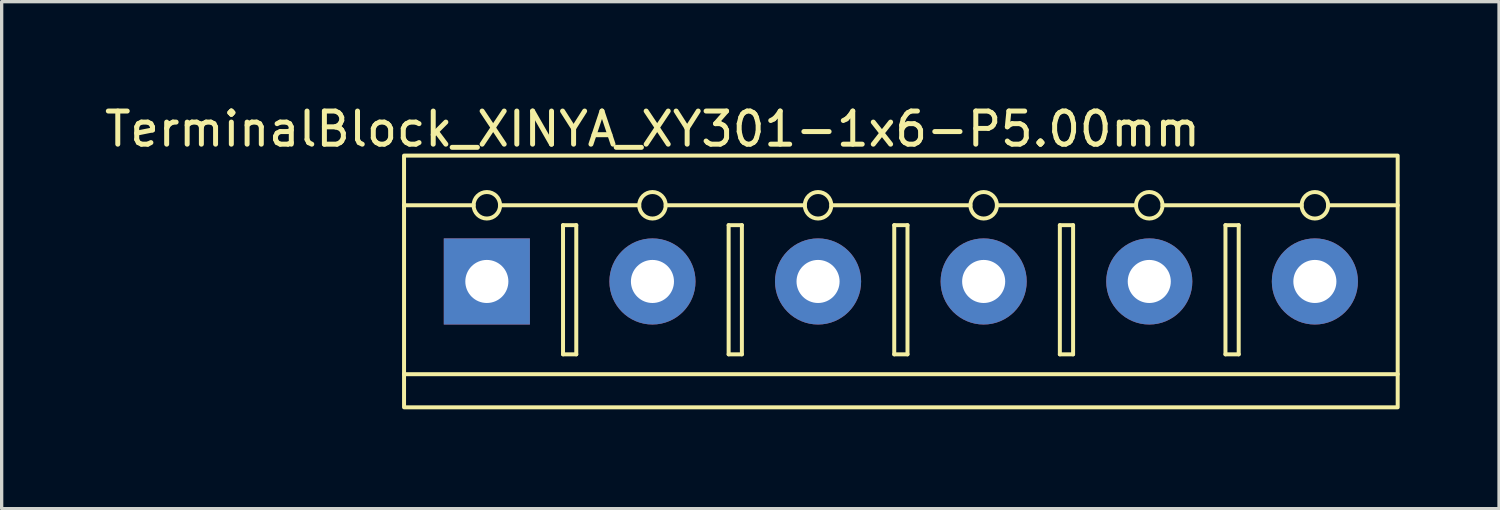
<source format=kicad_pcb>
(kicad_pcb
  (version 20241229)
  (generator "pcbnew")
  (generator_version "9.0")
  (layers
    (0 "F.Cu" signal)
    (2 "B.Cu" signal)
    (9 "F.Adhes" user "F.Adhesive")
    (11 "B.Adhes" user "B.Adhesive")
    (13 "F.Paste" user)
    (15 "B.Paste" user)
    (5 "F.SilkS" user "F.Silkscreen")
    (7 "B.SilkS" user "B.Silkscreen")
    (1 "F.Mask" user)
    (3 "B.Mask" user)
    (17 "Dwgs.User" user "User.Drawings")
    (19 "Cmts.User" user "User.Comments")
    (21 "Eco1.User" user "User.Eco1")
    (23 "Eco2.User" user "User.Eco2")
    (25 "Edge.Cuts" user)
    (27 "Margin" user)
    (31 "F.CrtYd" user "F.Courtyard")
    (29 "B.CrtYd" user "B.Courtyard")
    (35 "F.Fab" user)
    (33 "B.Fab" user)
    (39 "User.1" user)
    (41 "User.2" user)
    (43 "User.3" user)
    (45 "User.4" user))
  (footprint "TerminalBlock_XINYA_XY301-1x6-P5.00mm"
    (layer "F.Cu")
    (at 9.149 1.648)
    (property "Reference" "TerminalBlock_XINYA_XY301-1x6-P5.00mm" (at 7.5 -0.8 0) (unlocked yes) (layer "F.SilkS") (effects (font (size 1 1) (thickness 0.15))))
    (attr through_hole)
    (fp_line (start 2.1 1.5) (end 0 1.5) (stroke (width 0.12) (type solid)) (layer "F.SilkS"))
    (fp_line (start 4.8 2.1) (end 4.8 6) (stroke (width 0.12) (type solid)) (layer "F.SilkS"))
    (fp_line (start 4.8 6) (end 5.2 6) (stroke (width 0.12) (type solid)) (layer "F.SilkS"))
    (fp_line (start 5.2 2.1) (end 4.8 2.1) (stroke (width 0.12) (type solid)) (layer "F.SilkS"))
    (fp_line (start 5.2 6) (end 5.2 2.1) (stroke (width 0.12) (type solid)) (layer "F.SilkS"))
    (fp_line (start 7.1 1.5) (end 2.9 1.5) (stroke (width 0.12) (type solid)) (layer "F.SilkS"))
    (fp_line (start 9.8 2.1) (end 9.8 6) (stroke (width 0.12) (type solid)) (layer "F.SilkS"))
    (fp_line (start 9.8 6) (end 10.2 6) (stroke (width 0.12) (type solid)) (layer "F.SilkS"))
    (fp_line (start 10.2 2.1) (end 9.8 2.1) (stroke (width 0.12) (type solid)) (layer "F.SilkS"))
    (fp_line (start 10.2 6) (end 10.2 2.1) (stroke (width 0.12) (type solid)) (layer "F.SilkS"))
    (fp_line (start 12.1 1.5) (end 7.9 1.5) (stroke (width 0.12) (type solid)) (layer "F.SilkS"))
    (fp_line (start 14.8 2.1) (end 14.8 6) (stroke (width 0.12) (type solid)) (layer "F.SilkS"))
    (fp_line (start 14.8 6) (end 15.2 6) (stroke (width 0.12) (type solid)) (layer "F.SilkS"))
    (fp_line (start 15.2 2.1) (end 14.8 2.1) (stroke (width 0.12) (type solid)) (layer "F.SilkS"))
    (fp_line (start 15.2 6) (end 15.2 2.1) (stroke (width 0.12) (type solid)) (layer "F.SilkS"))
    (fp_line (start 17.1 1.5) (end 12.9 1.5) (stroke (width 0.12) (type solid)) (layer "F.SilkS"))
    (fp_line (start 19.8 2.1) (end 19.8 6) (stroke (width 0.12) (type solid)) (layer "F.SilkS"))
    (fp_line (start 19.8 6) (end 20.2 6) (stroke (width 0.12) (type solid)) (layer "F.SilkS"))
    (fp_line (start 20.2 2.1) (end 19.8 2.1) (stroke (width 0.12) (type solid)) (layer "F.SilkS"))
    (fp_line (start 20.2 6) (end 20.2 2.1) (stroke (width 0.12) (type solid)) (layer "F.SilkS"))
    (fp_line (start 22.1 1.5) (end 17.9 1.5) (stroke (width 0.12) (type solid)) (layer "F.SilkS"))
    (fp_line (start 24.8 2.1) (end 24.8 6) (stroke (width 0.12) (type solid)) (layer "F.SilkS"))
    (fp_line (start 24.8 6) (end 25.2 6) (stroke (width 0.12) (type solid)) (layer "F.SilkS"))
    (fp_line (start 25.2 2.1) (end 24.8 2.1) (stroke (width 0.12) (type solid)) (layer "F.SilkS"))
    (fp_line (start 25.2 6) (end 25.2 2.1) (stroke (width 0.12) (type solid)) (layer "F.SilkS"))
    (fp_line (start 27.1 1.5) (end 22.9 1.5) (stroke (width 0.12) (type solid)) (layer "F.SilkS"))
    (fp_line (start 27.9 1.5) (end 30 1.5) (stroke (width 0.12) (type solid)) (layer "F.SilkS"))
    (fp_line (start 30 6.6) (end 0 6.6) (stroke (width 0.12) (type solid)) (layer "F.SilkS"))
    (fp_rect (start 0 0) (end 30 7.6) (stroke (width 0.12) (type solid)) (fill no) (layer "F.SilkS"))
    (fp_circle (center 2.5 1.5) (end 2.9 1.5) (stroke (width 0.12) (type solid)) (fill no) (layer "F.SilkS"))
    (fp_circle (center 7.5 1.5) (end 7.9 1.5) (stroke (width 0.12) (type solid)) (fill no) (layer "F.SilkS"))
    (fp_circle (center 12.5 1.5) (end 12.9 1.5) (stroke (width 0.12) (type solid)) (fill no) (layer "F.SilkS"))
    (fp_circle (center 17.5 1.5) (end 17.9 1.5) (stroke (width 0.12) (type solid)) (fill no) (layer "F.SilkS"))
    (fp_circle (center 22.5 1.5) (end 22.9 1.5) (stroke (width 0.12) (type solid)) (fill no) (layer "F.SilkS"))
    (fp_circle (center 27.5 1.5) (end 27.9 1.5) (stroke (width 0.12) (type solid)) (fill no) (layer "F.SilkS"))
    (pad "1" thru_hole rect (at 2.5 3.8) (size 2.6 2.6) (drill 1.3) (layers "*.Cu" "*.Mask"))
    (pad "2" thru_hole circle (at 7.5 3.8) (size 2.6 2.6) (drill 1.3) (layers "*.Cu" "*.Mask"))
    (pad "3" thru_hole circle (at 12.5 3.8) (size 2.6 2.6) (drill 1.3) (layers "*.Cu" "*.Mask"))
    (pad "4" thru_hole circle (at 17.5 3.8) (size 2.6 2.6) (drill 1.3) (layers "*.Cu" "*.Mask"))
    (pad "5" thru_hole circle (at 22.5 3.8) (size 2.6 2.6) (drill 1.3) (layers "*.Cu" "*.Mask"))
    (pad "6" thru_hole circle (at 27.5 3.8) (size 2.6 2.6) (drill 1.3) (layers "*.Cu" "*.Mask")))
  (gr_rect
    (start -3 -3)
    (end 42.209 12.308)
    (stroke (width 0.1) (type default))
    (fill no)
    (layer "Edge.Cuts")))
</source>
